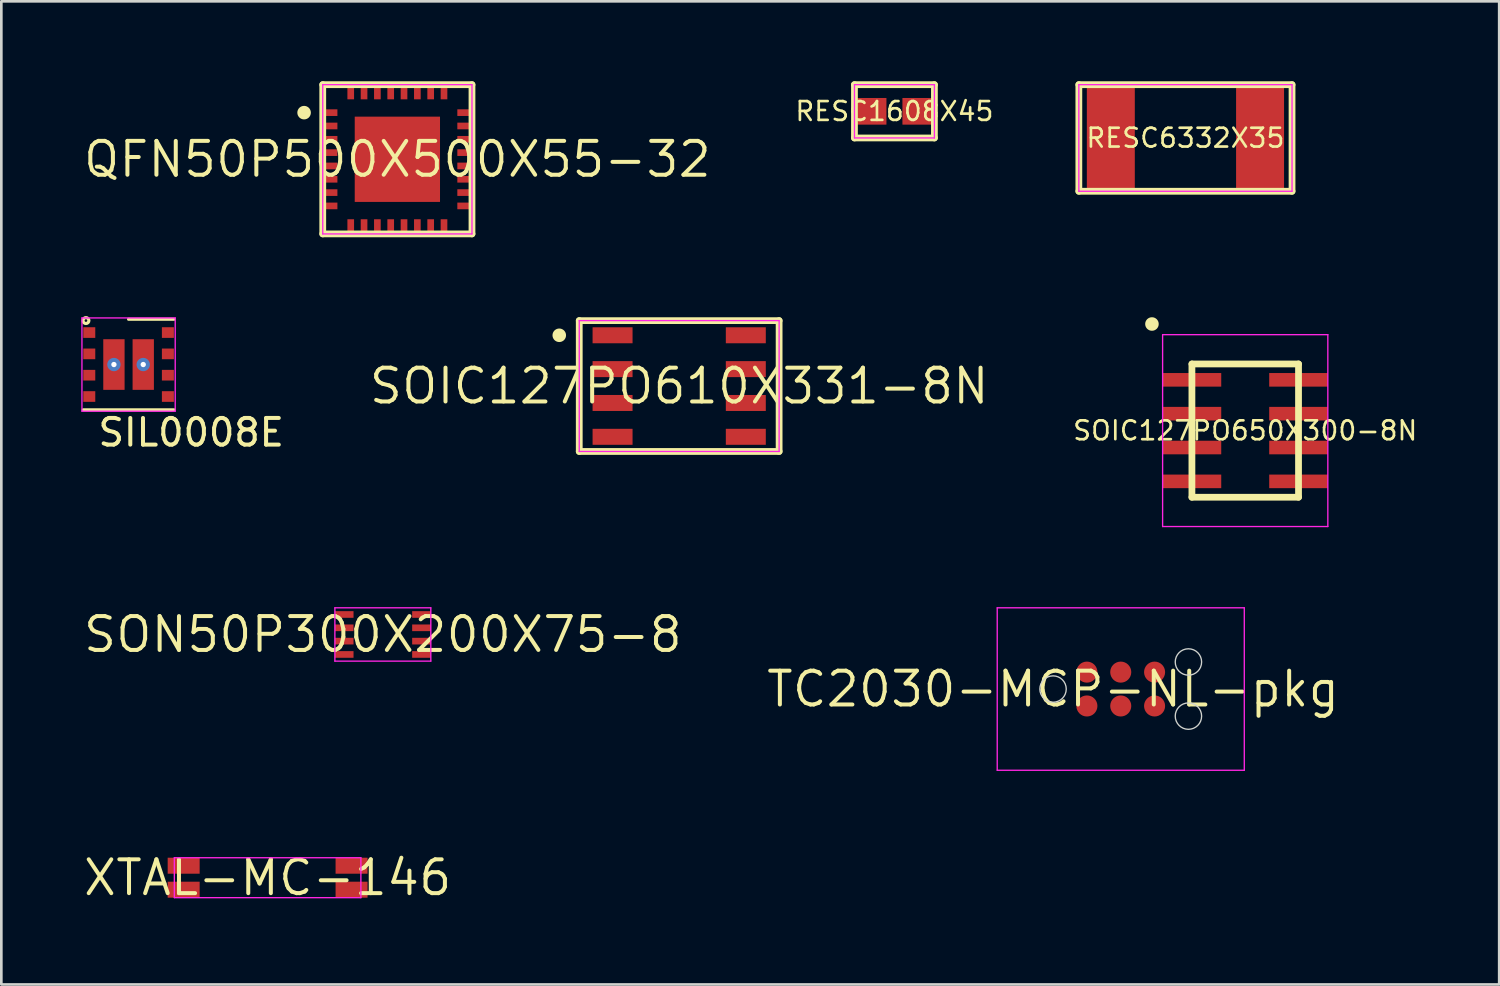
<source format=kicad_pcb>
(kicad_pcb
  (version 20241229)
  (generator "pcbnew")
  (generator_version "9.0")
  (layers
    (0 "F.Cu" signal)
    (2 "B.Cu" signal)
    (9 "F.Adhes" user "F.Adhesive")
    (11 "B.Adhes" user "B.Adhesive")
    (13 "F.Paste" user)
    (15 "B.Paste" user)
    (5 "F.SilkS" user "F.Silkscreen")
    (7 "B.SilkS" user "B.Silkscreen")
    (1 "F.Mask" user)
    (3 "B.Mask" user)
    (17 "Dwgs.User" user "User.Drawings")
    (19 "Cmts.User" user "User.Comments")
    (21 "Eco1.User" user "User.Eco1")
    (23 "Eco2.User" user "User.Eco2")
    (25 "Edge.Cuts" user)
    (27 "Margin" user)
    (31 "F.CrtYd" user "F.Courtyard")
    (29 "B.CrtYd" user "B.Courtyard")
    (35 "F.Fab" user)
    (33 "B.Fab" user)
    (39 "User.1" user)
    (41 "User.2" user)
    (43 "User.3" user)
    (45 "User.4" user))
  (footprint "QFN50P500X500X55-32"
    (layer "F.Cu")
    (at 11.861 2.927)
    (property "Reference" "QFN50P500X500X55-32" (at 0 0 0) (layer "F.SilkS") (effects (font (size 1.27 1.27) (thickness 0.15))))
    (attr through_hole)
    (fp_line (start -2.8 -2.8) (end -2.8 2.8) (stroke (width 0.254) (type solid)) (layer "F.SilkS"))
    (fp_line (start -2.8 2.8) (end 2.8 2.8) (stroke (width 0.254) (type solid)) (layer "F.SilkS"))
    (fp_line (start 2.8 -2.8) (end -2.8 -2.8) (stroke (width 0.254) (type solid)) (layer "F.SilkS"))
    (fp_line (start 2.8 2.8) (end 2.8 -2.8) (stroke (width 0.254) (type solid)) (layer "F.SilkS"))
    (fp_poly (pts (xy -3.246 -1.75) (xy -3.251 -1.8) (xy -3.265 -1.847) (xy -3.289 -1.891) (xy -3.32 -1.93) (xy -3.359 -1.961) (xy -3.403 -1.985) (xy -3.45 -1.999) (xy -3.5 -2.004) (xy -3.55 -1.999) (xy -3.597 -1.985) (xy -3.641 -1.961) (xy -3.68 -1.93) (xy -3.711 -1.891) (xy -3.735 -1.847) (xy -3.749 -1.8) (xy -3.754 -1.75) (xy -3.749 -1.7) (xy -3.735 -1.653) (xy -3.711 -1.609) (xy -3.68 -1.57) (xy -3.641 -1.539) (xy -3.597 -1.515) (xy -3.55 -1.501) (xy -3.5 -1.496) (xy -3.45 -1.501) (xy -3.403 -1.515) (xy -3.359 -1.539) (xy -3.32 -1.57) (xy -3.289 -1.609) (xy -3.265 -1.653) (xy -3.251 -1.7)) (stroke (width 0) (type solid)) (fill yes) (layer "F.SilkS"))
    (fp_line (start -2.8 -2.8) (end -2.8 2.8) (stroke (width 0.05) (type solid)) (layer "F.CrtYd"))
    (fp_line (start -2.8 2.8) (end 2.8 2.8) (stroke (width 0.05) (type solid)) (layer "F.CrtYd"))
    (fp_line (start 2.8 -2.8) (end -2.8 -2.8) (stroke (width 0.05) (type solid)) (layer "F.CrtYd"))
    (fp_line (start 2.8 2.8) (end 2.8 -2.8) (stroke (width 0.05) (type solid)) (layer "F.CrtYd"))
    (pad "1" smd rect (at -2.525 -1.75 270) (size 0.25 0.55) (layers "F.Cu" "F.Mask" "F.Paste"))
    (pad "2" smd rect (at -2.525 -1.25 270) (size 0.25 0.55) (layers "F.Cu" "F.Mask" "F.Paste"))
    (pad "3" smd rect (at -2.525 -0.75 270) (size 0.25 0.55) (layers "F.Cu" "F.Mask" "F.Paste"))
    (pad "4" smd rect (at -2.525 -0.25 270) (size 0.25 0.55) (layers "F.Cu" "F.Mask" "F.Paste"))
    (pad "5" smd rect (at -2.525 0.25 270) (size 0.25 0.55) (layers "F.Cu" "F.Mask" "F.Paste"))
    (pad "6" smd rect (at -2.525 0.75 270) (size 0.25 0.55) (layers "F.Cu" "F.Mask" "F.Paste"))
    (pad "7" smd rect (at -2.525 1.25 270) (size 0.25 0.55) (layers "F.Cu" "F.Mask" "F.Paste"))
    (pad "8" smd rect (at -2.525 1.75 270) (size 0.25 0.55) (layers "F.Cu" "F.Mask" "F.Paste"))
    (pad "9" smd rect (at -1.75 2.525) (size 0.25 0.55) (layers "F.Cu" "F.Mask" "F.Paste"))
    (pad "10" smd rect (at -1.25 2.525) (size 0.25 0.55) (layers "F.Cu" "F.Mask" "F.Paste"))
    (pad "11" smd rect (at -0.75 2.525) (size 0.25 0.55) (layers "F.Cu" "F.Mask" "F.Paste"))
    (pad "12" smd rect (at -0.25 2.525) (size 0.25 0.55) (layers "F.Cu" "F.Mask" "F.Paste"))
    (pad "13" smd rect (at 0.25 2.525) (size 0.25 0.55) (layers "F.Cu" "F.Mask" "F.Paste"))
    (pad "14" smd rect (at 0.75 2.525) (size 0.25 0.55) (layers "F.Cu" "F.Mask" "F.Paste"))
    (pad "15" smd rect (at 1.25 2.525) (size 0.25 0.55) (layers "F.Cu" "F.Mask" "F.Paste"))
    (pad "16" smd rect (at 1.75 2.525) (size 0.25 0.55) (layers "F.Cu" "F.Mask" "F.Paste"))
    (pad "17" smd rect (at 2.525 1.75 90) (size 0.25 0.55) (layers "F.Cu" "F.Mask" "F.Paste"))
    (pad "18" smd rect (at 2.525 1.25 90) (size 0.25 0.55) (layers "F.Cu" "F.Mask" "F.Paste"))
    (pad "19" smd rect (at 2.525 0.75 90) (size 0.25 0.55) (layers "F.Cu" "F.Mask" "F.Paste"))
    (pad "20" smd rect (at 2.525 0.25 90) (size 0.25 0.55) (layers "F.Cu" "F.Mask" "F.Paste"))
    (pad "21" smd rect (at 2.525 -0.25 90) (size 0.25 0.55) (layers "F.Cu" "F.Mask" "F.Paste"))
    (pad "22" smd rect (at 2.525 -0.75 90) (size 0.25 0.55) (layers "F.Cu" "F.Mask" "F.Paste"))
    (pad "23" smd rect (at 2.525 -1.25 90) (size 0.25 0.55) (layers "F.Cu" "F.Mask" "F.Paste"))
    (pad "24" smd rect (at 2.525 -1.75 90) (size 0.25 0.55) (layers "F.Cu" "F.Mask" "F.Paste"))
    (pad "25" smd rect (at 1.75 -2.525 180) (size 0.25 0.55) (layers "F.Cu" "F.Mask" "F.Paste"))
    (pad "26" smd rect (at 1.25 -2.525 180) (size 0.25 0.55) (layers "F.Cu" "F.Mask" "F.Paste"))
    (pad "27" smd rect (at 0.75 -2.525 180) (size 0.25 0.55) (layers "F.Cu" "F.Mask" "F.Paste"))
    (pad "28" smd rect (at 0.25 -2.525 180) (size 0.25 0.55) (layers "F.Cu" "F.Mask" "F.Paste"))
    (pad "29" smd rect (at -0.25 -2.525 180) (size 0.25 0.55) (layers "F.Cu" "F.Mask" "F.Paste"))
    (pad "30" smd rect (at -0.75 -2.525 180) (size 0.25 0.55) (layers "F.Cu" "F.Mask" "F.Paste"))
    (pad "31" smd rect (at -1.25 -2.525 180) (size 0.25 0.55) (layers "F.Cu" "F.Mask" "F.Paste"))
    (pad "32" smd rect (at -1.75 -2.525 180) (size 0.25 0.55) (layers "F.Cu" "F.Mask" "F.Paste"))
    (pad "33" smd rect (at 0 0) (size 3.2 3.2) (layers "F.Cu" "F.Mask" "F.Paste")))
  (footprint "RESC1608X45"
    (layer "F.Cu")
    (at 30.513 1.127)
    (property "Reference" "RESC1608X45" (at 0 0 0) (layer "F.SilkS") (effects (font (size 0.706 0.706) (thickness 0.1))))
    (attr through_hole)
    (fp_line (start -1.5 -1) (end -1.5 1) (stroke (width 0.254) (type solid)) (layer "F.SilkS"))
    (fp_line (start -1.5 1) (end 1.5 1) (stroke (width 0.254) (type solid)) (layer "F.SilkS"))
    (fp_line (start 1.5 -1) (end -1.5 -1) (stroke (width 0.254) (type solid)) (layer "F.SilkS"))
    (fp_line (start 1.5 1) (end 1.5 -1) (stroke (width 0.254) (type solid)) (layer "F.SilkS"))
    (fp_line (start -1.5 -1) (end -1.5 1) (stroke (width 0.05) (type solid)) (layer "F.CrtYd"))
    (fp_line (start -1.5 1) (end 1.5 1) (stroke (width 0.05) (type solid)) (layer "F.CrtYd"))
    (fp_line (start 1.5 -1) (end -1.5 -1) (stroke (width 0.05) (type solid)) (layer "F.CrtYd"))
    (fp_line (start 1.5 1) (end 1.5 -1) (stroke (width 0.05) (type solid)) (layer "F.CrtYd"))
    (pad "1" smd rect (at -0.85 0) (size 1.1 1) (layers "F.Cu" "F.Mask" "F.Paste"))
    (pad "2" smd rect (at 0.85 0) (size 1.1 1) (layers "F.Cu" "F.Mask" "F.Paste")))
  (footprint "SOIC127PO650X300-8N"
    (layer "F.Cu")
    (at 43.676 13.108)
    (property "Reference" "SOIC127PO650X300-8N" (at 0 0 0) (layer "F.SilkS") (effects (font (size 0.706 0.706) (thickness 0.1))))
    (attr through_hole)
    (fp_line (start -2 -2.5) (end -2 2.5) (stroke (width 0.254) (type solid)) (layer "F.SilkS"))
    (fp_line (start -2 2.5) (end 2 2.5) (stroke (width 0.254) (type solid)) (layer "F.SilkS"))
    (fp_line (start 2 -2.5) (end -2 -2.5) (stroke (width 0.254) (type solid)) (layer "F.SilkS"))
    (fp_line (start 2 2.5) (end 2 -2.5) (stroke (width 0.254) (type solid)) (layer "F.SilkS"))
    (fp_poly (pts (xy -3.246 -4) (xy -3.251 -4.05) (xy -3.265 -4.097) (xy -3.289 -4.141) (xy -3.32 -4.18) (xy -3.359 -4.211) (xy -3.403 -4.235) (xy -3.45 -4.249) (xy -3.5 -4.254) (xy -3.55 -4.249) (xy -3.597 -4.235) (xy -3.641 -4.211) (xy -3.68 -4.18) (xy -3.711 -4.141) (xy -3.735 -4.097) (xy -3.749 -4.05) (xy -3.754 -4) (xy -3.749 -3.95) (xy -3.735 -3.903) (xy -3.711 -3.859) (xy -3.68 -3.82) (xy -3.641 -3.789) (xy -3.597 -3.765) (xy -3.55 -3.751) (xy -3.5 -3.746) (xy -3.45 -3.751) (xy -3.403 -3.765) (xy -3.359 -3.789) (xy -3.32 -3.82) (xy -3.289 -3.859) (xy -3.265 -3.903) (xy -3.251 -3.95)) (stroke (width 0) (type solid)) (fill yes) (layer "F.SilkS"))
    (fp_line (start -3.1 -3.6) (end -3.1 3.6) (stroke (width 0.05) (type solid)) (layer "F.CrtYd"))
    (fp_line (start -3.1 3.6) (end 3.1 3.6) (stroke (width 0.05) (type solid)) (layer "F.CrtYd"))
    (fp_line (start 3.1 -3.6) (end -3.1 -3.6) (stroke (width 0.05) (type solid)) (layer "F.CrtYd"))
    (fp_line (start 3.1 3.6) (end 3.1 -3.6) (stroke (width 0.05) (type solid)) (layer "F.CrtYd"))
    (pad "1" smd rect (at -2 -1.905 270) (size 0.51 2.2) (layers "F.Cu" "F.Mask" "F.Paste"))
    (pad "2" smd rect (at -2 -0.635 270) (size 0.51 2.2) (layers "F.Cu" "F.Mask" "F.Paste"))
    (pad "3" smd rect (at -2 0.635 270) (size 0.51 2.2) (layers "F.Cu" "F.Mask" "F.Paste"))
    (pad "4" smd rect (at -2 1.905 270) (size 0.51 2.2) (layers "F.Cu" "F.Mask" "F.Paste"))
    (pad "5" smd rect (at 2 1.905 90) (size 0.51 2.2) (layers "F.Cu" "F.Mask" "F.Paste"))
    (pad "6" smd rect (at 2 0.635 90) (size 0.51 2.2) (layers "F.Cu" "F.Mask" "F.Paste"))
    (pad "7" smd rect (at 2 -0.635 90) (size 0.51 2.2) (layers "F.Cu" "F.Mask" "F.Paste"))
    (pad "8" smd rect (at 2 -1.905 90) (size 0.51 2.2) (layers "F.Cu" "F.Mask" "F.Paste")))
  (footprint "SOIC127PO610X331-8N"
    (layer "F.Cu")
    (at 22.436 11.436)
    (property "Reference" "SOIC127PO610X331-8N" (at 0 0 0) (layer "F.SilkS") (effects (font (size 1.27 1.27) (thickness 0.15))))
    (attr through_hole)
    (fp_line (start -3.75 -2.455) (end -3.75 2.455) (stroke (width 0.254) (type solid)) (layer "F.SilkS"))
    (fp_line (start -3.75 2.455) (end 3.75 2.455) (stroke (width 0.254) (type solid)) (layer "F.SilkS"))
    (fp_line (start 3.75 -2.455) (end -3.75 -2.455) (stroke (width 0.254) (type solid)) (layer "F.SilkS"))
    (fp_line (start 3.75 2.455) (end 3.75 -2.455) (stroke (width 0.254) (type solid)) (layer "F.SilkS"))
    (fp_poly (pts (xy -4.246 -1.905) (xy -4.251 -1.955) (xy -4.265 -2.002) (xy -4.289 -2.046) (xy -4.32 -2.085) (xy -4.359 -2.116) (xy -4.403 -2.14) (xy -4.45 -2.154) (xy -4.5 -2.159) (xy -4.55 -2.154) (xy -4.597 -2.14) (xy -4.641 -2.116) (xy -4.68 -2.085) (xy -4.711 -2.046) (xy -4.735 -2.002) (xy -4.749 -1.955) (xy -4.754 -1.905) (xy -4.749 -1.855) (xy -4.735 -1.808) (xy -4.711 -1.764) (xy -4.68 -1.725) (xy -4.641 -1.694) (xy -4.597 -1.67) (xy -4.55 -1.656) (xy -4.5 -1.651) (xy -4.45 -1.656) (xy -4.403 -1.67) (xy -4.359 -1.694) (xy -4.32 -1.725) (xy -4.289 -1.764) (xy -4.265 -1.808) (xy -4.251 -1.855)) (stroke (width 0) (type solid)) (fill yes) (layer "F.SilkS"))
    (fp_line (start -3.75 -2.455) (end -3.75 2.455) (stroke (width 0.05) (type solid)) (layer "F.CrtYd"))
    (fp_line (start -3.75 2.455) (end 3.75 2.455) (stroke (width 0.05) (type solid)) (layer "F.CrtYd"))
    (fp_line (start 3.75 -2.455) (end -3.75 -2.455) (stroke (width 0.05) (type solid)) (layer "F.CrtYd"))
    (fp_line (start 3.75 2.455) (end 3.75 -2.455) (stroke (width 0.05) (type solid)) (layer "F.CrtYd"))
    (pad "1" smd rect (at -2.5 -1.905 270) (size 0.6 1.5) (layers "F.Cu" "F.Mask" "F.Paste"))
    (pad "2" smd rect (at -2.5 -0.635 270) (size 0.6 1.5) (layers "F.Cu" "F.Mask" "F.Paste"))
    (pad "3" smd rect (at -2.5 0.635 270) (size 0.6 1.5) (layers "F.Cu" "F.Mask" "F.Paste"))
    (pad "4" smd rect (at -2.5 1.905 270) (size 0.6 1.5) (layers "F.Cu" "F.Mask" "F.Paste"))
    (pad "5" smd rect (at 2.5 1.905 90) (size 0.6 1.5) (layers "F.Cu" "F.Mask" "F.Paste"))
    (pad "6" smd rect (at 2.5 0.635 90) (size 0.6 1.5) (layers "F.Cu" "F.Mask" "F.Paste"))
    (pad "7" smd rect (at 2.5 -0.635 90) (size 0.6 1.5) (layers "F.Cu" "F.Mask" "F.Paste"))
    (pad "8" smd rect (at 2.5 -1.905 90) (size 0.6 1.5) (layers "F.Cu" "F.Mask" "F.Paste")))
  (footprint "RESC6332X35"
    (layer "F.Cu")
    (at 41.433 2.127)
    (property "Reference" "RESC6332X35" (at 0 0 0) (layer "F.SilkS") (effects (font (size 0.706 0.706) (thickness 0.1))))
    (attr through_hole)
    (fp_line (start -4 -2) (end -4 2) (stroke (width 0.254) (type solid)) (layer "F.SilkS"))
    (fp_line (start -4 2) (end 4 2) (stroke (width 0.254) (type solid)) (layer "F.SilkS"))
    (fp_line (start 4 -2) (end -4 -2) (stroke (width 0.254) (type solid)) (layer "F.SilkS"))
    (fp_line (start 4 2) (end 4 -2) (stroke (width 0.254) (type solid)) (layer "F.SilkS"))
    (fp_line (start -4 -2) (end -4 2) (stroke (width 0.05) (type solid)) (layer "F.CrtYd"))
    (fp_line (start -4 2) (end 4 2) (stroke (width 0.05) (type solid)) (layer "F.CrtYd"))
    (fp_line (start 4 -2) (end -4 -2) (stroke (width 0.05) (type solid)) (layer "F.CrtYd"))
    (fp_line (start 4 2) (end 4 -2) (stroke (width 0.05) (type solid)) (layer "F.CrtYd"))
    (pad "1" smd rect (at -2.8 0) (size 1.8 3.8) (layers "F.Cu" "F.Mask" "F.Paste"))
    (pad "2" smd rect (at 2.8 0) (size 1.8 3.8) (layers "F.Cu" "F.Mask" "F.Paste")))
  (footprint "TC2030-MCP-NL-pkg"
    (layer "F.Cu")
    (at 36.465 22.806)
    (property "Reference" "TC2030-MCP-NL-pkg" (at 0 0 0) (layer "F.SilkS") (effects (font (size 1.27 1.27) (thickness 0.15))))
    (attr through_hole)
    (fp_circle (center 0 0) (end 0.495 0) (stroke (width 0.05) (type solid)) (fill no) (layer "Edge.Cuts"))
    (fp_circle (center 5.08 -1.016) (end 5.575 -1.016) (stroke (width 0.05) (type solid)) (fill no) (layer "Edge.Cuts"))
    (fp_circle (center 5.08 1.016) (end 5.575 1.016) (stroke (width 0.05) (type solid)) (fill no) (layer "Edge.Cuts"))
    (fp_line (start -2.095 -3.048) (end -2.095 3.048) (stroke (width 0.05) (type solid)) (layer "F.CrtYd"))
    (fp_line (start -2.095 3.048) (end 7.176 3.048) (stroke (width 0.05) (type solid)) (layer "F.CrtYd"))
    (fp_line (start 7.176 -3.048) (end -2.095 -3.048) (stroke (width 0.05) (type solid)) (layer "F.CrtYd"))
    (fp_line (start 7.176 3.048) (end 7.176 -3.048) (stroke (width 0.05) (type solid)) (layer "F.CrtYd"))
    (pad "1" smd circle (at 1.27 0.635 90) (size 0.79 0.79) (layers "F.Cu" "F.Mask"))
    (pad "2" smd circle (at 1.27 -0.635 90) (size 0.79 0.79) (layers "F.Cu" "F.Mask"))
    (pad "3" smd circle (at 2.54 0.635 90) (size 0.79 0.79) (layers "F.Cu" "F.Mask"))
    (pad "4" smd circle (at 2.54 -0.635 90) (size 0.79 0.79) (layers "F.Cu" "F.Mask"))
    (pad "5" smd circle (at 3.81 0.635 90) (size 0.79 0.79) (layers "F.Cu" "F.Mask"))
    (pad "6" smd circle (at 3.81 -0.635 90) (size 0.79 0.79) (layers "F.Cu" "F.Mask")))
  (footprint "SON50P300X200X75-8"
    (layer "F.Cu")
    (at 11.316 20.758)
    (property "Reference" "SON50P300X200X75-8" (at 0 0 0) (layer "F.SilkS") (effects (font (size 1.27 1.27) (thickness 0.15))))
    (attr through_hole)
    (fp_line (start -1.8 -1) (end -1.8 1) (stroke (width 0.05) (type solid)) (layer "F.CrtYd"))
    (fp_line (start -1.8 1) (end 1.8 1) (stroke (width 0.05) (type solid)) (layer "F.CrtYd"))
    (fp_line (start 1.8 -1) (end -1.8 -1) (stroke (width 0.05) (type solid)) (layer "F.CrtYd"))
    (fp_line (start 1.8 1) (end 1.8 -1) (stroke (width 0.05) (type solid)) (layer "F.CrtYd"))
    (pad "1" smd rect (at -1.45 -0.75 270) (size 0.25 0.7) (layers "F.Cu" "F.Mask" "F.Paste"))
    (pad "2" smd rect (at -1.45 -0.25 270) (size 0.25 0.7) (layers "F.Cu" "F.Mask" "F.Paste"))
    (pad "3" smd rect (at -1.45 0.25 270) (size 0.25 0.7) (layers "F.Cu" "F.Mask" "F.Paste"))
    (pad "4" smd rect (at -1.45 0.75 270) (size 0.25 0.7) (layers "F.Cu" "F.Mask" "F.Paste"))
    (pad "5" smd rect (at 1.45 0.75 90) (size 0.25 0.7) (layers "F.Cu" "F.Mask" "F.Paste"))
    (pad "6" smd rect (at 1.45 0.25 90) (size 0.25 0.7) (layers "F.Cu" "F.Mask" "F.Paste"))
    (pad "7" smd rect (at 1.45 -0.25 90) (size 0.25 0.7) (layers "F.Cu" "F.Mask" "F.Paste"))
    (pad "8" smd rect (at 1.45 -0.75 90) (size 0.25 0.7) (layers "F.Cu" "F.Mask" "F.Paste")))
  (footprint "XTAL-MC-146"
    (layer "F.Cu")
    (at 6.992 29.885)
    (property "Reference" "XTAL-MC-146" (at 0 0 0) (layer "F.SilkS") (effects (font (size 1.27 1.27) (thickness 0.15))))
    (attr through_hole)
    (fp_line (start -3.5 -0.75) (end -3.5 0.75) (stroke (width 0.05) (type solid)) (layer "F.CrtYd"))
    (fp_line (start -3.5 0.75) (end 3.5 0.75) (stroke (width 0.05) (type solid)) (layer "F.CrtYd"))
    (fp_line (start 3.5 -0.75) (end -3.5 -0.75) (stroke (width 0.05) (type solid)) (layer "F.CrtYd"))
    (fp_line (start 3.5 0.75) (end 3.5 -0.75) (stroke (width 0.05) (type solid)) (layer "F.CrtYd"))
    (pad "1" smd rect (at -3.15 -0.45) (size 1.2 0.6) (layers "F.Cu" "F.Mask" "F.Paste"))
    (pad "2" smd rect (at 3.15 -0.45) (size 1.2 0.6) (layers "F.Cu" "F.Mask" "F.Paste"))
    (pad "3" smd rect (at -3.15 0.45) (size 1.2 0.6) (layers "F.Cu" "F.Mask" "F.Paste"))
    (pad "4" smd rect (at 3.15 0.45) (size 1.2 0.6) (layers "F.Cu" "F.Mask" "F.Paste")))
  (footprint "SIL0008E"
    (layer "F.Cu")
    (at 1.775 10.629)
    (property "Reference" "SIL0008E" (at 2.35 2.55 0) (layer "F.SilkS") (effects (font (size 1 1) (thickness 0.15))))
    (attr through_hole)
    (fp_line (start 1.7 -1.7) (end 0 -1.7) (stroke (width 0.12) (type solid)) (layer "F.SilkS"))
    (fp_line (start 1.7 1.7) (end -1.7 1.7) (stroke (width 0.12) (type solid)) (layer "F.SilkS"))
    (fp_circle (center -1.6 -1.65) (end -1.55 -1.65) (stroke (width 0.12) (type solid)) (fill no) (layer "F.SilkS"))
    (fp_line (start -1.75 -1.75) (end -1.75 1.75) (stroke (width 0.05) (type solid)) (layer "F.CrtYd"))
    (fp_line (start -1.75 -1.75) (end 1.75 -1.75) (stroke (width 0.05) (type solid)) (layer "F.CrtYd"))
    (fp_line (start -1.75 1.75) (end 1.75 1.75) (stroke (width 0.05) (type solid)) (layer "F.CrtYd"))
    (fp_line (start 1.75 -1.75) (end 1.75 1.75) (stroke (width 0.05) (type solid)) (layer "F.CrtYd"))
    (pad "1" smd rect (at -1.475 -1.2) (size 0.45 0.4) (layers "F.Cu" "F.Mask" "F.Paste"))
    (pad "2" smd rect (at -1.475 -0.4) (size 0.45 0.4) (layers "F.Cu" "F.Mask" "F.Paste"))
    (pad "3" smd rect (at -1.475 0.4) (size 0.45 0.4) (layers "F.Cu" "F.Mask" "F.Paste"))
    (pad "4" smd rect (at -1.475 1.2) (size 0.45 0.4) (layers "F.Cu" "F.Mask" "F.Paste"))
    (pad "5" smd rect (at 1.475 1.2) (size 0.45 0.4) (layers "F.Cu" "F.Mask" "F.Paste"))
    (pad "6" smd rect (at 1.475 0.4) (size 0.45 0.4) (layers "F.Cu" "F.Mask" "F.Paste"))
    (pad "7" smd rect (at 1.475 -0.4) (size 0.45 0.4) (layers "F.Cu" "F.Mask" "F.Paste"))
    (pad "8" smd rect (at 1.475 -1.2) (size 0.45 0.4) (layers "F.Cu" "F.Mask" "F.Paste"))
    (pad "9" thru_hole circle (at -0.55 0) (size 0.5 0.5) (drill 0.2) (layers "*.Cu" "*.Mask"))
    (pad "9" smd rect (at -0.55 0) (size 0.8 1.9) (layers "F.Cu" "F.Mask" "F.Paste"))
    (pad "9" thru_hole circle (at 0.55 0) (size 0.5 0.5) (drill 0.2) (layers "*.Cu" "*.Mask"))
    (pad "9" smd rect (at 0.55 0) (size 0.8 1.9) (layers "F.Cu" "F.Mask" "F.Paste")))
  (gr_rect
    (start -3 -3)
    (end 53.206 33.891)
    (stroke (width 0.1) (type default))
    (fill no)
    (layer "Edge.Cuts")))
</source>
